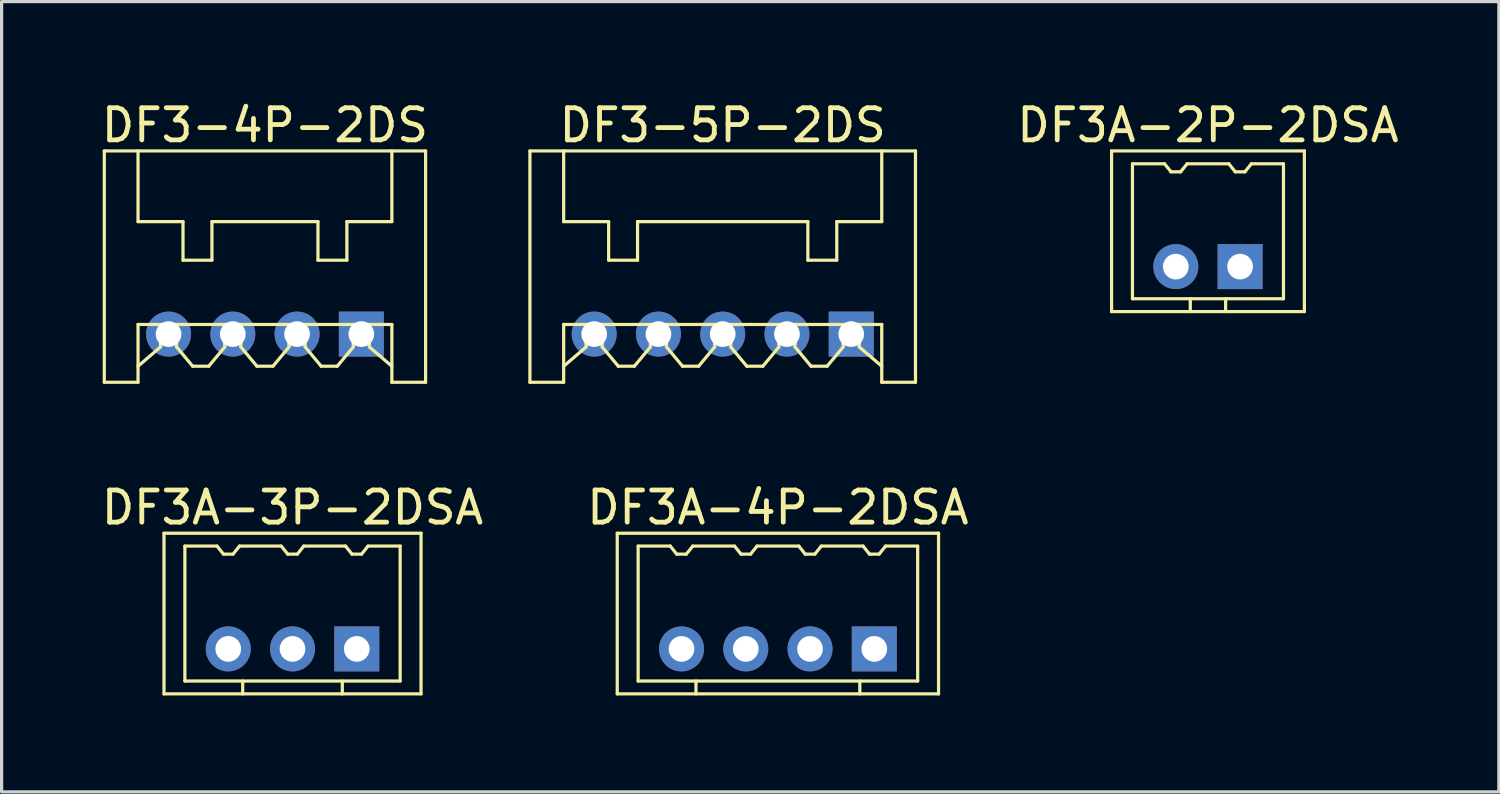
<source format=kicad_pcb>
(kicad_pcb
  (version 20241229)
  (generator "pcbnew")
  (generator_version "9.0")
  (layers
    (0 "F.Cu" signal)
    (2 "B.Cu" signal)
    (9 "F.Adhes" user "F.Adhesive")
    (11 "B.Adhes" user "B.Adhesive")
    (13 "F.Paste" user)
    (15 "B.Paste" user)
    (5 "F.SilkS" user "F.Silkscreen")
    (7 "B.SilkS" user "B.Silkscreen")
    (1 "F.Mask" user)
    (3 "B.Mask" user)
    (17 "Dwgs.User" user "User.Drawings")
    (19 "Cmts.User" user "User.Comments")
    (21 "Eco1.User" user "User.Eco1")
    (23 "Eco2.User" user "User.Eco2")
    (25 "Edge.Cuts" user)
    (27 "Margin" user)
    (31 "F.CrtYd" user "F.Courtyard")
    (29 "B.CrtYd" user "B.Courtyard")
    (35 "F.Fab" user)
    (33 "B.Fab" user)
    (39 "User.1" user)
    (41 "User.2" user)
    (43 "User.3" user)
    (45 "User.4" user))
  (footprint "DF3A-4P-2DSA"
    (layer "F.Cu")
    (at 21.161 17.146)
    (property "Reference" "DF3A-4P-2DSA" (at 0 -4.4 0) (layer "F.SilkS") (effects (font (size 1 1) (thickness 0.15))))
    (attr through_hole)
    (fp_line (start -5 -3.6) (end 5 -3.6) (stroke (width 0.1) (type solid)) (layer "F.SilkS"))
    (fp_line (start -5 1.4) (end -5 -3.6) (stroke (width 0.1) (type solid)) (layer "F.SilkS"))
    (fp_line (start -5 1.4) (end 5 1.4) (stroke (width 0.1) (type solid)) (layer "F.SilkS"))
    (fp_line (start -4.35 -3.2) (end -4.35 1) (stroke (width 0.1) (type solid)) (layer "F.SilkS"))
    (fp_line (start -4.35 1) (end 4.35 1) (stroke (width 0.1) (type solid)) (layer "F.SilkS"))
    (fp_line (start -3.35 -3.2) (end -4.35 -3.2) (stroke (width 0.1) (type solid)) (layer "F.SilkS"))
    (fp_line (start -3.35 -3.2) (end -3.15 -2.95) (stroke (width 0.1) (type solid)) (layer "F.SilkS"))
    (fp_line (start -3.15 -2.95) (end -2.85 -2.95) (stroke (width 0.1) (type solid)) (layer "F.SilkS"))
    (fp_line (start -2.85 -2.95) (end -2.65 -3.2) (stroke (width 0.1) (type solid)) (layer "F.SilkS"))
    (fp_line (start -2.55 1) (end -2.55 1.4) (stroke (width 0.1) (type solid)) (layer "F.SilkS"))
    (fp_line (start -1.35 -3.2) (end -2.65 -3.2) (stroke (width 0.1) (type solid)) (layer "F.SilkS"))
    (fp_line (start -1.35 -3.2) (end -1.15 -2.95) (stroke (width 0.1) (type solid)) (layer "F.SilkS"))
    (fp_line (start -1.15 -2.95) (end -0.85 -2.95) (stroke (width 0.1) (type solid)) (layer "F.SilkS"))
    (fp_line (start -0.85 -2.95) (end -0.65 -3.2) (stroke (width 0.1) (type solid)) (layer "F.SilkS"))
    (fp_line (start 0.65 -3.2) (end -0.65 -3.2) (stroke (width 0.1) (type solid)) (layer "F.SilkS"))
    (fp_line (start 0.65 -3.2) (end 0.85 -2.95) (stroke (width 0.1) (type solid)) (layer "F.SilkS"))
    (fp_line (start 0.85 -2.95) (end 1.15 -2.95) (stroke (width 0.1) (type solid)) (layer "F.SilkS"))
    (fp_line (start 1.15 -2.95) (end 1.35 -3.2) (stroke (width 0.1) (type solid)) (layer "F.SilkS"))
    (fp_line (start 2.55 1) (end 2.55 1.4) (stroke (width 0.1) (type solid)) (layer "F.SilkS"))
    (fp_line (start 2.65 -3.2) (end 1.35 -3.2) (stroke (width 0.1) (type solid)) (layer "F.SilkS"))
    (fp_line (start 2.65 -3.2) (end 2.85 -2.95) (stroke (width 0.1) (type solid)) (layer "F.SilkS"))
    (fp_line (start 2.85 -2.95) (end 3.15 -2.95) (stroke (width 0.1) (type solid)) (layer "F.SilkS"))
    (fp_line (start 3.15 -2.95) (end 3.35 -3.2) (stroke (width 0.1) (type solid)) (layer "F.SilkS"))
    (fp_line (start 4.35 -3.2) (end 3.35 -3.2) (stroke (width 0.1) (type solid)) (layer "F.SilkS"))
    (fp_line (start 4.35 1) (end 4.35 -3.2) (stroke (width 0.1) (type solid)) (layer "F.SilkS"))
    (fp_line (start 5 1.4) (end 5 -3.6) (stroke (width 0.1) (type solid)) (layer "F.SilkS"))
    (pad "1" thru_hole rect (at 3 0) (size 1.4 1.4) (drill 0.8) (layers "*.Cu" "*.Mask"))
    (pad "2" thru_hole circle (at 1 0) (size 1.4 1.4) (drill 0.8) (layers "*.Cu" "*.Mask"))
    (pad "3" thru_hole circle (at -1 0) (size 1.4 1.4) (drill 0.8) (layers "*.Cu" "*.Mask"))
    (pad "4" thru_hole circle (at -3 0) (size 1.4 1.4) (drill 0.8) (layers "*.Cu" "*.Mask")))
  (footprint "DF3A-3P-2DSA"
    (layer "F.Cu")
    (at 6.054 17.146)
    (property "Reference" "DF3A-3P-2DSA" (at 0 -4.4 0) (layer "F.SilkS") (effects (font (size 1 1) (thickness 0.15))))
    (attr through_hole)
    (fp_line (start -4 -3.6) (end 4 -3.6) (stroke (width 0.1) (type solid)) (layer "F.SilkS"))
    (fp_line (start -4 1.4) (end -4 -3.6) (stroke (width 0.1) (type solid)) (layer "F.SilkS"))
    (fp_line (start -4 1.4) (end 4 1.4) (stroke (width 0.1) (type solid)) (layer "F.SilkS"))
    (fp_line (start -3.35 -3.2) (end -3.35 1) (stroke (width 0.1) (type solid)) (layer "F.SilkS"))
    (fp_line (start -3.35 1) (end 3.35 1) (stroke (width 0.1) (type solid)) (layer "F.SilkS"))
    (fp_line (start -2.35 -3.2) (end -3.35 -3.2) (stroke (width 0.1) (type solid)) (layer "F.SilkS"))
    (fp_line (start -2.35 -3.2) (end -2.15 -2.95) (stroke (width 0.1) (type solid)) (layer "F.SilkS"))
    (fp_line (start -2.15 -2.95) (end -1.85 -2.95) (stroke (width 0.1) (type solid)) (layer "F.SilkS"))
    (fp_line (start -1.85 -2.95) (end -1.65 -3.2) (stroke (width 0.1) (type solid)) (layer "F.SilkS"))
    (fp_line (start -1.55 1) (end -1.55 1.4) (stroke (width 0.1) (type solid)) (layer "F.SilkS"))
    (fp_line (start -0.35 -3.2) (end -1.65 -3.2) (stroke (width 0.1) (type solid)) (layer "F.SilkS"))
    (fp_line (start -0.35 -3.2) (end -0.15 -2.95) (stroke (width 0.1) (type solid)) (layer "F.SilkS"))
    (fp_line (start -0.15 -2.95) (end 0.15 -2.95) (stroke (width 0.1) (type solid)) (layer "F.SilkS"))
    (fp_line (start 0.15 -2.95) (end 0.35 -3.2) (stroke (width 0.1) (type solid)) (layer "F.SilkS"))
    (fp_line (start 1.55 1) (end 1.55 1.4) (stroke (width 0.1) (type solid)) (layer "F.SilkS"))
    (fp_line (start 1.65 -3.2) (end 0.35 -3.2) (stroke (width 0.1) (type solid)) (layer "F.SilkS"))
    (fp_line (start 1.65 -3.2) (end 1.85 -2.95) (stroke (width 0.1) (type solid)) (layer "F.SilkS"))
    (fp_line (start 1.85 -2.95) (end 2.15 -2.95) (stroke (width 0.1) (type solid)) (layer "F.SilkS"))
    (fp_line (start 2.15 -2.95) (end 2.35 -3.2) (stroke (width 0.1) (type solid)) (layer "F.SilkS"))
    (fp_line (start 3.35 -3.2) (end 2.35 -3.2) (stroke (width 0.1) (type solid)) (layer "F.SilkS"))
    (fp_line (start 3.35 1) (end 3.35 -3.2) (stroke (width 0.1) (type solid)) (layer "F.SilkS"))
    (fp_line (start 4 1.4) (end 4 -3.6) (stroke (width 0.1) (type solid)) (layer "F.SilkS"))
    (pad "1" thru_hole rect (at 2 0) (size 1.4 1.4) (drill 0.8) (layers "*.Cu" "*.Mask"))
    (pad "2" thru_hole circle (at 0 0) (size 1.4 1.4) (drill 0.8) (layers "*.Cu" "*.Mask"))
    (pad "3" thru_hole circle (at -2 0) (size 1.4 1.4) (drill 0.8) (layers "*.Cu" "*.Mask")))
  (footprint "DF3-5P-2DS"
    (layer "F.Cu")
    (at 19.443 7.348)
    (property "Reference" "DF3-5P-2DS" (at 0 -6.5 0) (layer "F.SilkS") (effects (font (size 1 1) (thickness 0.15))))
    (attr through_hole)
    (fp_line (start -6 -5.7) (end 6 -5.7) (stroke (width 0.1) (type solid)) (layer "F.SilkS"))
    (fp_line (start -6 1.5) (end -6 -5.7) (stroke (width 0.1) (type solid)) (layer "F.SilkS"))
    (fp_line (start -6 1.5) (end -4.95 1.5) (stroke (width 0.1) (type solid)) (layer "F.SilkS"))
    (fp_line (start -4.95 -5.7) (end -4.95 -3.5) (stroke (width 0.1) (type solid)) (layer "F.SilkS"))
    (fp_line (start -4.95 -0.3) (end 4.95 -0.3) (stroke (width 0.1) (type solid)) (layer "F.SilkS"))
    (fp_line (start -4.95 1) (end -4.25 0.4) (stroke (width 0.1) (type solid)) (layer "F.SilkS"))
    (fp_line (start -4.95 1.5) (end -4.95 -0.3) (stroke (width 0.1) (type solid)) (layer "F.SilkS"))
    (fp_line (start -4.25 -0.3) (end -4.25 0.4) (stroke (width 0.1) (type solid)) (layer "F.SilkS"))
    (fp_line (start -4.25 0.3) (end -3.75 0.3) (stroke (width 0.1) (type solid)) (layer "F.SilkS"))
    (fp_line (start -3.75 0.4) (end -3.75 -0.3) (stroke (width 0.1) (type solid)) (layer "F.SilkS"))
    (fp_line (start -3.55 -3.5) (end -4.95 -3.5) (stroke (width 0.1) (type solid)) (layer "F.SilkS"))
    (fp_line (start -3.55 -2.3) (end -3.55 -3.5) (stroke (width 0.1) (type solid)) (layer "F.SilkS"))
    (fp_line (start -3.55 -2.3) (end -2.65 -2.3) (stroke (width 0.1) (type solid)) (layer "F.SilkS"))
    (fp_line (start -3.25 1) (end -3.75 0.4) (stroke (width 0.1) (type solid)) (layer "F.SilkS"))
    (fp_line (start -2.75 1) (end -3.25 1) (stroke (width 0.1) (type solid)) (layer "F.SilkS"))
    (fp_line (start -2.65 -3.5) (end 2.65 -3.5) (stroke (width 0.1) (type solid)) (layer "F.SilkS"))
    (fp_line (start -2.65 -2.3) (end -2.65 -3.5) (stroke (width 0.1) (type solid)) (layer "F.SilkS"))
    (fp_line (start -2.25 -0.3) (end -2.25 0.4) (stroke (width 0.1) (type solid)) (layer "F.SilkS"))
    (fp_line (start -2.25 0.3) (end -1.75 0.3) (stroke (width 0.1) (type solid)) (layer "F.SilkS"))
    (fp_line (start -2.25 0.4) (end -2.75 1) (stroke (width 0.1) (type solid)) (layer "F.SilkS"))
    (fp_line (start -1.75 0.4) (end -1.75 -0.3) (stroke (width 0.1) (type solid)) (layer "F.SilkS"))
    (fp_line (start -1.25 1) (end -1.75 0.4) (stroke (width 0.1) (type solid)) (layer "F.SilkS"))
    (fp_line (start -0.75 1) (end -1.25 1) (stroke (width 0.1) (type solid)) (layer "F.SilkS"))
    (fp_line (start -0.25 0.3) (end 0.25 0.3) (stroke (width 0.1) (type solid)) (layer "F.SilkS"))
    (fp_line (start -0.25 0.4) (end -0.75 1) (stroke (width 0.1) (type solid)) (layer "F.SilkS"))
    (fp_line (start -0.25 0.4) (end -0.25 -0.3) (stroke (width 0.1) (type solid)) (layer "F.SilkS"))
    (fp_line (start 0.25 0.4) (end 0.25 -0.3) (stroke (width 0.1) (type solid)) (layer "F.SilkS"))
    (fp_line (start 0.75 1) (end 0.25 0.4) (stroke (width 0.1) (type solid)) (layer "F.SilkS"))
    (fp_line (start 1.25 1) (end 0.75 1) (stroke (width 0.1) (type solid)) (layer "F.SilkS"))
    (fp_line (start 1.75 0.3) (end 2.25 0.3) (stroke (width 0.1) (type solid)) (layer "F.SilkS"))
    (fp_line (start 1.75 0.4) (end 1.25 1) (stroke (width 0.1) (type solid)) (layer "F.SilkS"))
    (fp_line (start 1.75 0.4) (end 1.75 -0.3) (stroke (width 0.1) (type solid)) (layer "F.SilkS"))
    (fp_line (start 2.25 -0.3) (end 2.25 0.4) (stroke (width 0.1) (type solid)) (layer "F.SilkS"))
    (fp_line (start 2.25 0.4) (end 2.75 1) (stroke (width 0.1) (type solid)) (layer "F.SilkS"))
    (fp_line (start 2.65 -3.5) (end 2.65 -2.3) (stroke (width 0.1) (type solid)) (layer "F.SilkS"))
    (fp_line (start 2.65 -2.3) (end 3.55 -2.3) (stroke (width 0.1) (type solid)) (layer "F.SilkS"))
    (fp_line (start 2.75 1) (end 3.25 1) (stroke (width 0.1) (type solid)) (layer "F.SilkS"))
    (fp_line (start 3.25 1) (end 3.75 0.4) (stroke (width 0.1) (type solid)) (layer "F.SilkS"))
    (fp_line (start 3.55 -3.5) (end 4.95 -3.5) (stroke (width 0.1) (type solid)) (layer "F.SilkS"))
    (fp_line (start 3.55 -2.3) (end 3.55 -3.5) (stroke (width 0.1) (type solid)) (layer "F.SilkS"))
    (fp_line (start 3.75 0.3) (end 4.25 0.3) (stroke (width 0.1) (type solid)) (layer "F.SilkS"))
    (fp_line (start 3.75 0.4) (end 3.75 -0.3) (stroke (width 0.1) (type solid)) (layer "F.SilkS"))
    (fp_line (start 4.25 0.4) (end 4.25 -0.3) (stroke (width 0.1) (type solid)) (layer "F.SilkS"))
    (fp_line (start 4.95 -3.5) (end 4.95 -5.7) (stroke (width 0.1) (type solid)) (layer "F.SilkS"))
    (fp_line (start 4.95 -0.3) (end 4.95 1.5) (stroke (width 0.1) (type solid)) (layer "F.SilkS"))
    (fp_line (start 4.95 1) (end 4.25 0.4) (stroke (width 0.1) (type solid)) (layer "F.SilkS"))
    (fp_line (start 4.95 1.5) (end 6 1.5) (stroke (width 0.1) (type solid)) (layer "F.SilkS"))
    (fp_line (start 6 1.5) (end 6 -5.7) (stroke (width 0.1) (type solid)) (layer "F.SilkS"))
    (pad "1" thru_hole rect (at 4 0) (size 1.4 1.4) (drill 0.8) (layers "*.Cu" "*.Mask"))
    (pad "2" thru_hole circle (at 2 0) (size 1.4 1.4) (drill 0.8) (layers "*.Cu" "*.Mask"))
    (pad "3" thru_hole circle (at 0 0) (size 1.4 1.4) (drill 0.8) (layers "*.Cu" "*.Mask"))
    (pad "4" thru_hole circle (at -2 0) (size 1.4 1.4) (drill 0.8) (layers "*.Cu" "*.Mask"))
    (pad "5" thru_hole circle (at -4 0) (size 1.4 1.4) (drill 0.8) (layers "*.Cu" "*.Mask")))
  (footprint "DF3A-2P-2DSA"
    (layer "F.Cu")
    (at 34.546 5.248)
    (property "Reference" "DF3A-2P-2DSA" (at 0 -4.4 0) (layer "F.SilkS") (effects (font (size 1 1) (thickness 0.15))))
    (attr through_hole)
    (fp_line (start -3 -3.6) (end 3 -3.6) (stroke (width 0.1) (type solid)) (layer "F.SilkS"))
    (fp_line (start -3 1.4) (end -3 -3.6) (stroke (width 0.1) (type solid)) (layer "F.SilkS"))
    (fp_line (start -3 1.4) (end 3 1.4) (stroke (width 0.1) (type solid)) (layer "F.SilkS"))
    (fp_line (start -2.35 -3.2) (end -2.35 1) (stroke (width 0.1) (type solid)) (layer "F.SilkS"))
    (fp_line (start -2.35 1) (end 2.35 1) (stroke (width 0.1) (type solid)) (layer "F.SilkS"))
    (fp_line (start -1.35 -3.2) (end -2.35 -3.2) (stroke (width 0.1) (type solid)) (layer "F.SilkS"))
    (fp_line (start -1.35 -3.2) (end -1.15 -2.95) (stroke (width 0.1) (type solid)) (layer "F.SilkS"))
    (fp_line (start -1.15 -2.95) (end -0.85 -2.95) (stroke (width 0.1) (type solid)) (layer "F.SilkS"))
    (fp_line (start -0.85 -2.95) (end -0.65 -3.2) (stroke (width 0.1) (type solid)) (layer "F.SilkS"))
    (fp_line (start -0.55 1) (end -0.55 1.4) (stroke (width 0.1) (type solid)) (layer "F.SilkS"))
    (fp_line (start 0.55 1.4) (end 0.55 1) (stroke (width 0.1) (type solid)) (layer "F.SilkS"))
    (fp_line (start 0.65 -3.2) (end -0.65 -3.2) (stroke (width 0.1) (type solid)) (layer "F.SilkS"))
    (fp_line (start 0.65 -3.2) (end 0.85 -2.95) (stroke (width 0.1) (type solid)) (layer "F.SilkS"))
    (fp_line (start 0.85 -2.95) (end 1.15 -2.95) (stroke (width 0.1) (type solid)) (layer "F.SilkS"))
    (fp_line (start 1.15 -2.95) (end 1.35 -3.2) (stroke (width 0.1) (type solid)) (layer "F.SilkS"))
    (fp_line (start 2.35 -3.2) (end 1.35 -3.2) (stroke (width 0.1) (type solid)) (layer "F.SilkS"))
    (fp_line (start 2.35 1) (end 2.35 -3.2) (stroke (width 0.1) (type solid)) (layer "F.SilkS"))
    (fp_line (start 3 1.4) (end 3 -3.6) (stroke (width 0.1) (type solid)) (layer "F.SilkS"))
    (pad "1" thru_hole rect (at 1 0) (size 1.4 1.4) (drill 0.8) (layers "*.Cu" "*.Mask"))
    (pad "2" thru_hole circle (at -1 0) (size 1.4 1.4) (drill 0.8) (layers "*.Cu" "*.Mask")))
  (footprint "DF3-4P-2DS"
    (layer "F.Cu")
    (at 5.196 7.348)
    (property "Reference" "DF3-4P-2DS" (at 0 -6.5 0) (layer "F.SilkS") (effects (font (size 1 1) (thickness 0.15))))
    (attr through_hole)
    (fp_line (start -5 -5.7) (end 5 -5.7) (stroke (width 0.1) (type solid)) (layer "F.SilkS"))
    (fp_line (start -5 1.5) (end -5 -5.7) (stroke (width 0.1) (type solid)) (layer "F.SilkS"))
    (fp_line (start -5 1.5) (end -3.95 1.5) (stroke (width 0.1) (type solid)) (layer "F.SilkS"))
    (fp_line (start -3.95 -5.7) (end -3.95 -3.5) (stroke (width 0.1) (type solid)) (layer "F.SilkS"))
    (fp_line (start -3.95 -0.3) (end 3.95 -0.3) (stroke (width 0.1) (type solid)) (layer "F.SilkS"))
    (fp_line (start -3.95 1) (end -3.25 0.4) (stroke (width 0.1) (type solid)) (layer "F.SilkS"))
    (fp_line (start -3.95 1.5) (end -3.95 -0.3) (stroke (width 0.1) (type solid)) (layer "F.SilkS"))
    (fp_line (start -3.25 -0.3) (end -3.25 0.4) (stroke (width 0.1) (type solid)) (layer "F.SilkS"))
    (fp_line (start -3.25 0.3) (end -2.75 0.3) (stroke (width 0.1) (type solid)) (layer "F.SilkS"))
    (fp_line (start -2.75 0.4) (end -2.75 -0.3) (stroke (width 0.1) (type solid)) (layer "F.SilkS"))
    (fp_line (start -2.55 -3.5) (end -3.95 -3.5) (stroke (width 0.1) (type solid)) (layer "F.SilkS"))
    (fp_line (start -2.55 -2.3) (end -2.55 -3.5) (stroke (width 0.1) (type solid)) (layer "F.SilkS"))
    (fp_line (start -2.55 -2.3) (end -1.65 -2.3) (stroke (width 0.1) (type solid)) (layer "F.SilkS"))
    (fp_line (start -2.25 1) (end -2.75 0.4) (stroke (width 0.1) (type solid)) (layer "F.SilkS"))
    (fp_line (start -1.75 1) (end -2.25 1) (stroke (width 0.1) (type solid)) (layer "F.SilkS"))
    (fp_line (start -1.65 -3.5) (end 1.65 -3.5) (stroke (width 0.1) (type solid)) (layer "F.SilkS"))
    (fp_line (start -1.65 -2.3) (end -1.65 -3.5) (stroke (width 0.1) (type solid)) (layer "F.SilkS"))
    (fp_line (start -1.25 0.3) (end -0.75 0.3) (stroke (width 0.1) (type solid)) (layer "F.SilkS"))
    (fp_line (start -1.25 0.4) (end -1.75 1) (stroke (width 0.1) (type solid)) (layer "F.SilkS"))
    (fp_line (start -1.25 0.4) (end -1.25 -0.3) (stroke (width 0.1) (type solid)) (layer "F.SilkS"))
    (fp_line (start -0.75 0.4) (end -0.75 -0.3) (stroke (width 0.1) (type solid)) (layer "F.SilkS"))
    (fp_line (start -0.25 1) (end -0.75 0.4) (stroke (width 0.1) (type solid)) (layer "F.SilkS"))
    (fp_line (start 0.25 1) (end -0.25 1) (stroke (width 0.1) (type solid)) (layer "F.SilkS"))
    (fp_line (start 0.75 0.3) (end 1.25 0.3) (stroke (width 0.1) (type solid)) (layer "F.SilkS"))
    (fp_line (start 0.75 0.4) (end 0.25 1) (stroke (width 0.1) (type solid)) (layer "F.SilkS"))
    (fp_line (start 0.75 0.4) (end 0.75 -0.3) (stroke (width 0.1) (type solid)) (layer "F.SilkS"))
    (fp_line (start 1.25 -0.3) (end 1.25 0.4) (stroke (width 0.1) (type solid)) (layer "F.SilkS"))
    (fp_line (start 1.25 0.4) (end 1.75 1) (stroke (width 0.1) (type solid)) (layer "F.SilkS"))
    (fp_line (start 1.65 -3.5) (end 1.65 -2.3) (stroke (width 0.1) (type solid)) (layer "F.SilkS"))
    (fp_line (start 1.65 -2.3) (end 2.55 -2.3) (stroke (width 0.1) (type solid)) (layer "F.SilkS"))
    (fp_line (start 1.75 1) (end 2.25 1) (stroke (width 0.1) (type solid)) (layer "F.SilkS"))
    (fp_line (start 2.25 1) (end 2.75 0.4) (stroke (width 0.1) (type solid)) (layer "F.SilkS"))
    (fp_line (start 2.55 -3.5) (end 3.95 -3.5) (stroke (width 0.1) (type solid)) (layer "F.SilkS"))
    (fp_line (start 2.55 -2.3) (end 2.55 -3.5) (stroke (width 0.1) (type solid)) (layer "F.SilkS"))
    (fp_line (start 2.75 0.3) (end 3.25 0.3) (stroke (width 0.1) (type solid)) (layer "F.SilkS"))
    (fp_line (start 2.75 0.4) (end 2.75 -0.3) (stroke (width 0.1) (type solid)) (layer "F.SilkS"))
    (fp_line (start 3.25 0.4) (end 3.25 -0.3) (stroke (width 0.1) (type solid)) (layer "F.SilkS"))
    (fp_line (start 3.95 -3.5) (end 3.95 -5.7) (stroke (width 0.1) (type solid)) (layer "F.SilkS"))
    (fp_line (start 3.95 -0.3) (end 3.95 1.5) (stroke (width 0.1) (type solid)) (layer "F.SilkS"))
    (fp_line (start 3.95 1) (end 3.25 0.4) (stroke (width 0.1) (type solid)) (layer "F.SilkS"))
    (fp_line (start 3.95 1.5) (end 5 1.5) (stroke (width 0.1) (type solid)) (layer "F.SilkS"))
    (fp_line (start 5 1.5) (end 5 -5.7) (stroke (width 0.1) (type solid)) (layer "F.SilkS"))
    (pad "1" thru_hole rect (at 3 0) (size 1.4 1.4) (drill 0.8) (layers "*.Cu" "*.Mask"))
    (pad "2" thru_hole circle (at 1 0) (size 1.4 1.4) (drill 0.8) (layers "*.Cu" "*.Mask"))
    (pad "3" thru_hole circle (at -1 0) (size 1.4 1.4) (drill 0.8) (layers "*.Cu" "*.Mask"))
    (pad "4" thru_hole circle (at -3 0) (size 1.4 1.4) (drill 0.8) (layers "*.Cu" "*.Mask")))
  (gr_rect
    (start -3 -3)
    (end 43.6 21.596)
    (stroke (width 0.1) (type default))
    (fill no)
    (layer "Edge.Cuts")))
</source>
